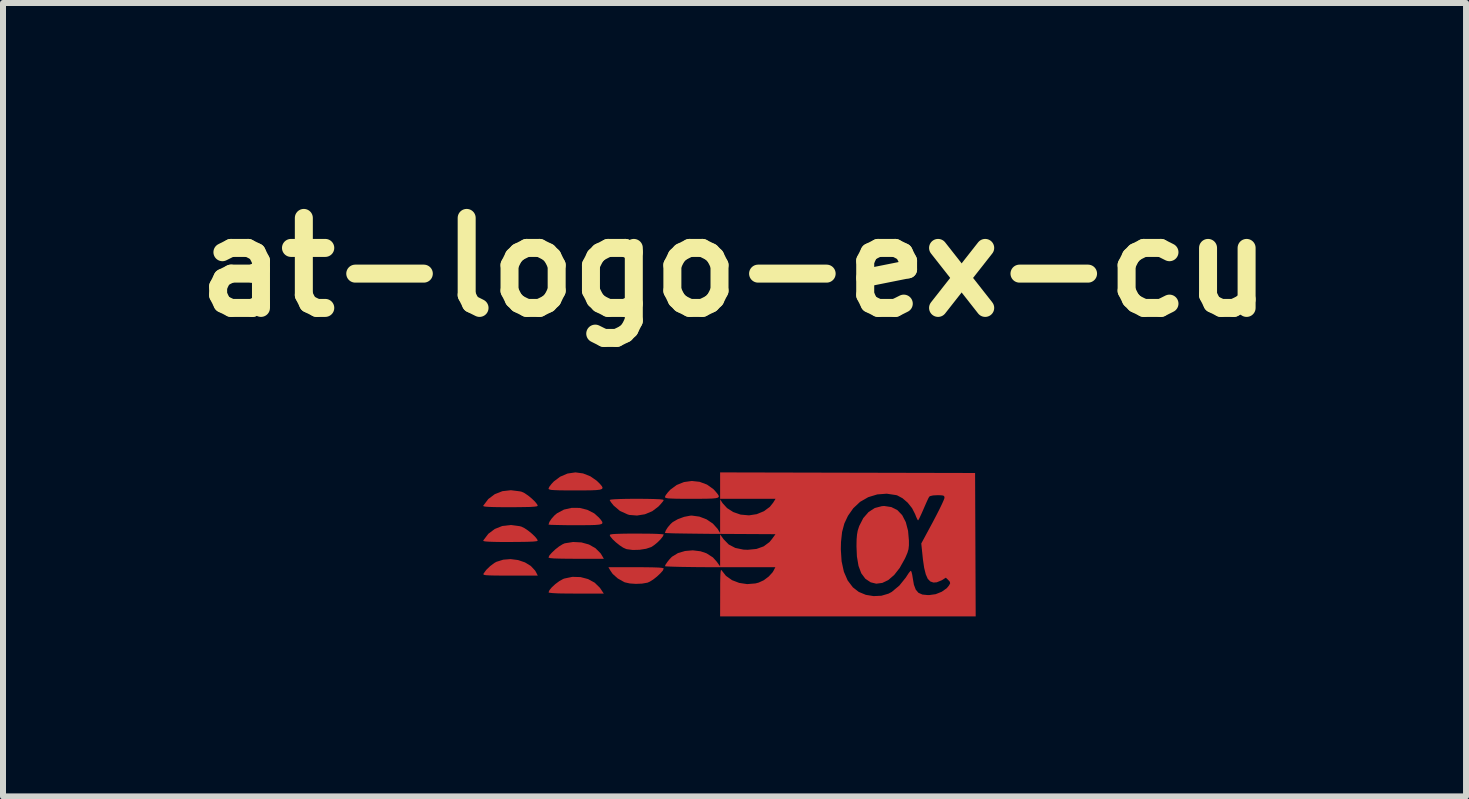
<source format=kicad_pcb>
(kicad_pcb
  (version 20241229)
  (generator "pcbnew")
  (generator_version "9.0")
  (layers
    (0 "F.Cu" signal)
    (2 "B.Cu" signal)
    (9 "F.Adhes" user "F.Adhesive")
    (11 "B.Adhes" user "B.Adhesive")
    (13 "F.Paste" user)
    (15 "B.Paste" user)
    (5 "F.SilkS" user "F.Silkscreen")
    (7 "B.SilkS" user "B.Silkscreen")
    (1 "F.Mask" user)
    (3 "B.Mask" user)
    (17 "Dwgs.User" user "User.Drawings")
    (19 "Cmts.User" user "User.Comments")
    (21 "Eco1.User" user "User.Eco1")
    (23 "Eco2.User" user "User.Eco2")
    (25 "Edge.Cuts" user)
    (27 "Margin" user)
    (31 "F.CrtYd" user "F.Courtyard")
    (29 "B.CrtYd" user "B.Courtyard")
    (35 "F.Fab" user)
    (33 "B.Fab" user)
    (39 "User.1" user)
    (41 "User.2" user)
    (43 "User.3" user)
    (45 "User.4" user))
  (footprint "at-logo-ex-cu"
    (layer "F.Cu")
    (at 9.193 5.404)
    (property "Reference" "at-logo-ex-cu" (at 0 -4 0) (layer "F.SilkS") (effects (font (size 1.5 1.5) (thickness 0.3))))
    (attr board_only exclude_from_pos_files exclude_from_bom)
    (fp_poly (pts (xy -2.567 1.165) (xy -2.441 1.198) (xy -2.331 1.258) (xy -2.245 1.342) (xy -2.233 1.359) (xy -2.179 1.44) (xy -2.64 1.44) (xy -2.806 1.439) (xy -2.936 1.437) (xy -3.029 1.432) (xy -3.084 1.426) (xy -3.1 1.42) (xy -3.084 1.382) (xy -3.043 1.333) (xy -2.985 1.28) (xy -2.92 1.232) (xy -2.857 1.197) (xy -2.836 1.189) (xy -2.702 1.161)) (stroke (width 0) (type solid)) (fill yes) (layer "F.Cu"))
    (fp_poly (pts (xy -2.552 0.587) (xy -2.426 0.622) (xy -2.317 0.684) (xy -2.233 0.768) (xy -2.214 0.798) (xy -2.178 0.86) (xy -2.639 0.86) (xy -2.8 0.859) (xy -2.923 0.857) (xy -3.012 0.854) (xy -3.069 0.849) (xy -3.096 0.842) (xy -3.1 0.837) (xy -3.085 0.803) (xy -3.044 0.757) (xy -2.989 0.705) (xy -2.927 0.656) (xy -2.868 0.619) (xy -2.83 0.602) (xy -2.69 0.58)) (stroke (width 0) (type solid)) (fill yes) (layer "F.Cu"))
    (fp_poly (pts (xy -3.608 0.881) (xy -3.493 0.92) (xy -3.396 0.979) (xy -3.324 1.056) (xy -3.31 1.08) (xy -3.279 1.14) (xy -3.74 1.14) (xy -3.887 1.14) (xy -3.999 1.139) (xy -4.08 1.137) (xy -4.135 1.134) (xy -4.167 1.13) (xy -4.183 1.123) (xy -4.186 1.114) (xy -4.182 1.105) (xy -4.138 1.045) (xy -4.073 0.982) (xy -4.002 0.929) (xy -3.97 0.911) (xy -3.855 0.875) (xy -3.732 0.865)) (stroke (width 0) (type solid)) (fill yes) (layer "F.Cu"))
    (fp_poly (pts (xy -1.48 1.001) (xy -1.357 1.003) (xy -1.268 1.006) (xy -1.211 1.011) (xy -1.184 1.018) (xy -1.18 1.023) (xy -1.195 1.057) (xy -1.236 1.103) (xy -1.291 1.155) (xy -1.353 1.204) (xy -1.412 1.241) (xy -1.45 1.258) (xy -1.542 1.274) (xy -1.646 1.278) (xy -1.746 1.271) (xy -1.827 1.253) (xy -1.839 1.248) (xy -1.946 1.188) (xy -2.031 1.112) (xy -2.066 1.062) (xy -2.102 1) (xy -1.641 1)) (stroke (width 0) (type solid)) (fill yes) (layer "F.Cu"))
    (fp_poly (pts (xy -3.583 0.316) (xy -3.552 0.324) (xy -3.503 0.348) (xy -3.443 0.388) (xy -3.381 0.438) (xy -3.327 0.489) (xy -3.291 0.533) (xy -3.28 0.559) (xy -3.3 0.567) (xy -3.359 0.573) (xy -3.458 0.577) (xy -3.597 0.579) (xy -3.741 0.58) (xy -3.894 0.58) (xy -4.01 0.578) (xy -4.094 0.575) (xy -4.149 0.571) (xy -4.179 0.566) (xy -4.189 0.558) (xy -4.188 0.555) (xy -4.104 0.444) (xy -3.996 0.363) (xy -3.87 0.313) (xy -3.73 0.297)) (stroke (width 0) (type solid)) (fill yes) (layer "F.Cu"))
    (fp_poly (pts (xy -3.577 -0.264) (xy -3.55 -0.258) (xy -3.5 -0.235) (xy -3.44 -0.194) (xy -3.379 -0.144) (xy -3.326 -0.093) (xy -3.29 -0.048) (xy -3.28 -0.023) (xy -3.293 -0.015) (xy -3.334 -0.009) (xy -3.405 -0.004) (xy -3.51 -0.002) (xy -3.651 -0.000181) (xy -3.741 0) (xy -3.894 -0.000432) (xy -4.01 -0.002) (xy -4.094 -0.005) (xy -4.149 -0.009) (xy -4.179 -0.014) (xy -4.189 -0.022) (xy -4.188 -0.025) (xy -4.104 -0.136) (xy -3.996 -0.217) (xy -3.869 -0.267) (xy -3.727 -0.283)) (stroke (width 0) (type solid)) (fill yes) (layer "F.Cu"))
    (fp_poly (pts (xy -2.581 0.012) (xy -2.453 0.044) (xy -2.338 0.103) (xy -2.261 0.172) (xy -2.227 0.211) (xy -2.206 0.242) (xy -2.201 0.264) (xy -2.215 0.28) (xy -2.253 0.29) (xy -2.317 0.296) (xy -2.412 0.299) (xy -2.541 0.3) (xy -2.65 0.3) (xy -2.779 0.3) (xy -2.894 0.298) (xy -2.989 0.296) (xy -3.058 0.294) (xy -3.095 0.291) (xy -3.1 0.289) (xy -3.086 0.246) (xy -3.049 0.191) (xy -2.999 0.135) (xy -2.958 0.101) (xy -2.843 0.04) (xy -2.714 0.011)) (stroke (width 0) (type solid)) (fill yes) (layer "F.Cu"))
    (fp_poly (pts (xy -1.465 -0.139) (xy -1.337 -0.136) (xy -1.246 -0.132) (xy -1.194 -0.126) (xy -1.18 -0.119) (xy -1.193 -0.096) (xy -1.228 -0.054) (xy -1.268 -0.011) (xy -1.371 0.067) (xy -1.494 0.118) (xy -1.625 0.139) (xy -1.753 0.129) (xy -1.78 0.121) (xy -1.91 0.062) (xy -2.017 -0.029) (xy -2.017 -0.03) (xy -2.054 -0.076) (xy -2.077 -0.111) (xy -2.08 -0.121) (xy -2.061 -0.127) (xy -2.004 -0.132) (xy -1.915 -0.136) (xy -1.795 -0.139) (xy -1.648 -0.14) (xy -1.63 -0.14)) (stroke (width 0) (type solid)) (fill yes) (layer "F.Cu"))
    (fp_poly (pts (xy -0.582 -0.423) (xy -0.459 -0.377) (xy -0.352 -0.301) (xy -0.323 -0.27) (xy -0.289 -0.23) (xy -0.267 -0.199) (xy -0.261 -0.176) (xy -0.275 -0.16) (xy -0.312 -0.15) (xy -0.376 -0.144) (xy -0.47 -0.141) (xy -0.599 -0.14) (xy -0.71 -0.14) (xy -0.857 -0.14) (xy -0.969 -0.141) (xy -1.05 -0.144) (xy -1.105 -0.147) (xy -1.138 -0.153) (xy -1.155 -0.16) (xy -1.16 -0.17) (xy -1.16 -0.171) (xy -1.147 -0.2) (xy -1.112 -0.246) (xy -1.072 -0.29) (xy -0.964 -0.37) (xy -0.842 -0.419) (xy -0.712 -0.437)) (stroke (width 0) (type solid)) (fill yes) (layer "F.Cu"))
    (fp_poly (pts (xy -2.525 -0.563) (xy -2.403 -0.515) (xy -2.299 -0.443) (xy -2.285 -0.43) (xy -2.24 -0.385) (xy -2.21 -0.349) (xy -2.199 -0.323) (xy -2.209 -0.304) (xy -2.243 -0.292) (xy -2.305 -0.285) (xy -2.399 -0.281) (xy -2.527 -0.28) (xy -2.65 -0.28) (xy -2.797 -0.28) (xy -2.909 -0.281) (xy -2.99 -0.284) (xy -3.045 -0.287) (xy -3.078 -0.293) (xy -3.095 -0.3) (xy -3.1 -0.31) (xy -3.1 -0.311) (xy -3.087 -0.34) (xy -3.052 -0.386) (xy -3.012 -0.429) (xy -2.907 -0.508) (xy -2.783 -0.561) (xy -2.653 -0.58) (xy -2.65 -0.58)) (stroke (width 0) (type solid)) (fill yes) (layer "F.Cu"))
    (fp_poly (pts (xy -1.501 0.441) (xy -1.386 0.442) (xy -1.291 0.445) (xy -1.222 0.449) (xy -1.185 0.453) (xy -1.18 0.455) (xy -1.195 0.488) (xy -1.232 0.535) (xy -1.284 0.587) (xy -1.34 0.633) (xy -1.387 0.664) (xy -1.474 0.693) (xy -1.582 0.71) (xy -1.695 0.713) (xy -1.796 0.7) (xy -1.808 0.696) (xy -1.857 0.674) (xy -1.917 0.634) (xy -1.978 0.585) (xy -2.032 0.534) (xy -2.069 0.49) (xy -2.08 0.464) (xy -2.069 0.455) (xy -2.033 0.449) (xy -1.968 0.445) (xy -1.873 0.442) (xy -1.743 0.44) (xy -1.63 0.44)) (stroke (width 0) (type solid)) (fill yes) (layer "F.Cu"))
    (fp_poly (pts (xy 2.614 -0.002) (xy 2.715 0.049) (xy 2.795 0.133) (xy 2.855 0.249) (xy 2.893 0.394) (xy 2.907 0.556) (xy 2.907 0.637) (xy 2.9 0.7) (xy 2.883 0.759) (xy 2.852 0.832) (xy 2.836 0.865) (xy 2.753 1.013) (xy 2.662 1.129) (xy 2.565 1.213) (xy 2.464 1.262) (xy 2.363 1.275) (xy 2.269 1.252) (xy 2.181 1.193) (xy 2.113 1.102) (xy 2.067 0.979) (xy 2.04 0.821) (xy 2.033 0.65) (xy 2.035 0.539) (xy 2.042 0.456) (xy 2.054 0.389) (xy 2.075 0.325) (xy 2.079 0.313) (xy 2.146 0.182) (xy 2.234 0.081) (xy 2.337 0.014) (xy 2.455 -0.017) (xy 2.496 -0.02)) (stroke (width 0) (type solid)) (fill yes) (layer "F.Cu"))
    (fp_poly (pts (xy 1.885 -0.575) (xy 4.01 -0.57) (xy 4.015 0.625) (xy 4.02 1.82) (xy 1.89 1.82) (xy -0.24 1.82) (xy -0.239 1.415) (xy -0.239 1.274) (xy -0.237 1.169) (xy -0.234 1.098) (xy -0.229 1.058) (xy -0.223 1.044) (xy -0.217 1.05) (xy -0.143 1.144) (xy -0.042 1.216) (xy 0.078 1.262) (xy 0.211 1.282) (xy 0.347 1.271) (xy 0.402 1.257) (xy 0.487 1.218) (xy 0.57 1.156) (xy 0.634 1.086) (xy 0.651 1.058) (xy 0.681 1) (xy -0.239 1) (xy -0.427 1) (xy -0.602 0.999) (xy -0.76 0.997) (xy -0.897 0.995) (xy -1.01 0.992) (xy -1.094 0.989) (xy -1.145 0.986) (xy -1.16 0.983) (xy -1.148 0.955) (xy -1.118 0.911) (xy -1.08 0.864) (xy -1.043 0.826) (xy -1.04 0.824) (xy -0.943 0.765) (xy -0.824 0.73) (xy -0.695 0.719) (xy -0.566 0.735) (xy -0.466 0.769) (xy -0.36 0.837) (xy -0.301 0.902) (xy -0.24 0.986) (xy -0.24 0.72) (xy -0.24 0.454) (xy -0.182 0.534) (xy -0.096 0.622) (xy 0.013 0.679) (xy 0.148 0.707) (xy 0.22 0.71) (xy 0.325 0.7) (xy 1.772 0.7) (xy 1.785 0.902) (xy 1.823 1.076) (xy 1.886 1.221) (xy 1.973 1.336) (xy 2.071 1.412) (xy 2.189 1.461) (xy 2.318 1.482) (xy 2.448 1.476) (xy 2.567 1.441) (xy 2.621 1.412) (xy 2.748 1.306) (xy 2.855 1.173) (xy 2.873 1.145) (xy 2.905 1.096) (xy 2.931 1.065) (xy 2.94 1.06) (xy 2.95 1.078) (xy 2.962 1.125) (xy 2.97 1.175) (xy 2.99 1.292) (xy 3.021 1.374) (xy 3.066 1.427) (xy 3.132 1.456) (xy 3.222 1.465) (xy 3.244 1.465) (xy 3.353 1.45) (xy 3.455 1.409) (xy 3.538 1.35) (xy 3.573 1.308) (xy 3.594 1.27) (xy 3.589 1.243) (xy 3.565 1.216) (xy 3.523 1.175) (xy 3.452 1.219) (xy 3.371 1.252) (xy 3.316 1.256) (xy 3.264 1.238) (xy 3.221 1.194) (xy 3.188 1.119) (xy 3.161 1.011) (xy 3.14 0.867) (xy 3.137 0.837) (xy 3.113 0.605) (xy 3.307 0.245) (xy 3.365 0.134) (xy 3.417 0.032) (xy 3.458 -0.053) (xy 3.487 -0.118) (xy 3.5 -0.154) (xy 3.5 -0.157) (xy 3.496 -0.181) (xy 3.479 -0.194) (xy 3.438 -0.199) (xy 3.382 -0.2) (xy 3.308 -0.196) (xy 3.259 -0.184) (xy 3.246 -0.175) (xy 3.23 -0.147) (xy 3.204 -0.091) (xy 3.171 -0.016) (xy 3.149 0.035) (xy 3.115 0.112) (xy 3.086 0.174) (xy 3.066 0.212) (xy 3.059 0.22) (xy 3.047 0.203) (xy 3.027 0.159) (xy 3.01 0.115) (xy 2.96 0.017) (xy 2.887 -0.075) (xy 2.801 -0.149) (xy 2.713 -0.196) (xy 2.697 -0.201) (xy 2.538 -0.225) (xy 2.38 -0.213) (xy 2.229 -0.167) (xy 2.093 -0.089) (xy 1.979 0.018) (xy 1.975 0.024) (xy 1.891 0.144) (xy 1.831 0.271) (xy 1.793 0.413) (xy 1.775 0.579) (xy 1.772 0.7) (xy 0.325 0.7) (xy 0.366 0.696) (xy 0.486 0.653) (xy 0.583 0.581) (xy 0.623 0.532) (xy 0.683 0.45) (xy -0.239 0.445) (xy -0.426 0.444) (xy -0.601 0.442) (xy -0.759 0.44) (xy -0.896 0.438) (xy -1.009 0.436) (xy -1.093 0.433) (xy -1.145 0.431) (xy -1.16 0.429) (xy -1.146 0.388) (xy -1.112 0.335) (xy -1.066 0.281) (xy -1.031 0.249) (xy -0.944 0.199) (xy -0.84 0.161) (xy -0.737 0.141) (xy -0.71 0.14) (xy -0.585 0.157) (xy -0.465 0.203) (xy -0.36 0.274) (xy -0.281 0.362) (xy -0.277 0.369) (xy -0.24 0.43) (xy -0.24 0.15) (xy -0.239 -0.13) (xy -0.199 -0.067) (xy -0.124 0.015) (xy -0.021 0.081) (xy 0.1 0.123) (xy 0.107 0.124) (xy 0.241 0.136) (xy 0.371 0.116) (xy 0.49 0.067) (xy 0.589 -0.006) (xy 0.644 -0.075) (xy 0.684 -0.14) (xy 0.222 -0.14) (xy -0.24 -0.14) (xy -0.24 -0.36) (xy -0.24 -0.58)) (stroke (width 0) (type solid)) (fill yes) (layer "F.Cu"))
    (fp_poly (pts (xy -2.588 1.165) (xy -2.462 1.198) (xy -2.351 1.258) (xy -2.265 1.342) (xy -2.253 1.359) (xy -2.2 1.44) (xy -2.66 1.44) (xy -2.826 1.439) (xy -2.956 1.437) (xy -3.049 1.432) (xy -3.104 1.426) (xy -3.12 1.42) (xy -3.104 1.382) (xy -3.063 1.333) (xy -3.005 1.28) (xy -2.94 1.232) (xy -2.877 1.197) (xy -2.856 1.189) (xy -2.722 1.161)) (stroke (width 0) (type solid)) (fill yes) (layer "F.Mask"))
    (fp_poly (pts (xy -2.573 0.587) (xy -2.446 0.622) (xy -2.337 0.684) (xy -2.253 0.768) (xy -2.234 0.798) (xy -2.198 0.86) (xy -2.659 0.86) (xy -2.82 0.859) (xy -2.943 0.857) (xy -3.032 0.854) (xy -3.089 0.849) (xy -3.117 0.842) (xy -3.12 0.837) (xy -3.105 0.803) (xy -3.065 0.757) (xy -3.009 0.705) (xy -2.947 0.656) (xy -2.889 0.619) (xy -2.85 0.602) (xy -2.71 0.58)) (stroke (width 0) (type solid)) (fill yes) (layer "F.Mask"))
    (fp_poly (pts (xy -3.629 0.881) (xy -3.514 0.92) (xy -3.416 0.979) (xy -3.344 1.056) (xy -3.331 1.08) (xy -3.299 1.14) (xy -3.761 1.14) (xy -3.908 1.14) (xy -4.02 1.139) (xy -4.1 1.137) (xy -4.155 1.134) (xy -4.188 1.13) (xy -4.203 1.123) (xy -4.206 1.114) (xy -4.203 1.105) (xy -4.158 1.045) (xy -4.093 0.982) (xy -4.023 0.929) (xy -3.99 0.911) (xy -3.876 0.875) (xy -3.752 0.865)) (stroke (width 0) (type solid)) (fill yes) (layer "F.Mask"))
    (fp_poly (pts (xy -1.501 1.001) (xy -1.377 1.003) (xy -1.288 1.006) (xy -1.231 1.011) (xy -1.204 1.018) (xy -1.2 1.023) (xy -1.216 1.057) (xy -1.256 1.103) (xy -1.312 1.155) (xy -1.373 1.204) (xy -1.432 1.241) (xy -1.47 1.258) (xy -1.562 1.274) (xy -1.666 1.278) (xy -1.767 1.271) (xy -1.847 1.253) (xy -1.859 1.248) (xy -1.966 1.188) (xy -2.051 1.112) (xy -2.086 1.062) (xy -2.123 1) (xy -1.661 1)) (stroke (width 0) (type solid)) (fill yes) (layer "F.Mask"))
    (fp_poly (pts (xy -3.603 0.316) (xy -3.573 0.324) (xy -3.523 0.348) (xy -3.463 0.388) (xy -3.401 0.438) (xy -3.348 0.489) (xy -3.311 0.533) (xy -3.3 0.559) (xy -3.32 0.567) (xy -3.379 0.573) (xy -3.478 0.577) (xy -3.617 0.579) (xy -3.761 0.58) (xy -3.914 0.58) (xy -4.03 0.578) (xy -4.114 0.575) (xy -4.169 0.571) (xy -4.2 0.566) (xy -4.209 0.558) (xy -4.209 0.555) (xy -4.124 0.444) (xy -4.017 0.363) (xy -3.89 0.313) (xy -3.751 0.297)) (stroke (width 0) (type solid)) (fill yes) (layer "F.Mask"))
    (fp_poly (pts (xy -3.597 -0.264) (xy -3.57 -0.258) (xy -3.521 -0.235) (xy -3.461 -0.194) (xy -3.399 -0.144) (xy -3.346 -0.093) (xy -3.31 -0.048) (xy -3.3 -0.023) (xy -3.313 -0.015) (xy -3.354 -0.009) (xy -3.426 -0.004) (xy -3.531 -0.002) (xy -3.671 -0.000181) (xy -3.761 0) (xy -3.914 -0.000432) (xy -4.03 -0.002) (xy -4.114 -0.005) (xy -4.169 -0.009) (xy -4.2 -0.014) (xy -4.209 -0.022) (xy -4.209 -0.025) (xy -4.124 -0.136) (xy -4.016 -0.217) (xy -3.889 -0.267) (xy -3.748 -0.283)) (stroke (width 0) (type solid)) (fill yes) (layer "F.Mask"))
    (fp_poly (pts (xy -2.602 0.012) (xy -2.473 0.044) (xy -2.358 0.103) (xy -2.281 0.172) (xy -2.247 0.211) (xy -2.226 0.242) (xy -2.221 0.264) (xy -2.235 0.28) (xy -2.273 0.29) (xy -2.338 0.296) (xy -2.433 0.299) (xy -2.562 0.3) (xy -2.67 0.3) (xy -2.8 0.3) (xy -2.914 0.298) (xy -3.009 0.296) (xy -3.078 0.294) (xy -3.115 0.291) (xy -3.12 0.289) (xy -3.106 0.246) (xy -3.069 0.191) (xy -3.019 0.135) (xy -2.978 0.101) (xy -2.863 0.04) (xy -2.734 0.011)) (stroke (width 0) (type solid)) (fill yes) (layer "F.Mask"))
    (fp_poly (pts (xy -1.486 -0.139) (xy -1.357 -0.136) (xy -1.267 -0.132) (xy -1.214 -0.126) (xy -1.2 -0.119) (xy -1.214 -0.096) (xy -1.248 -0.054) (xy -1.288 -0.011) (xy -1.392 0.067) (xy -1.515 0.118) (xy -1.646 0.139) (xy -1.773 0.129) (xy -1.8 0.121) (xy -1.931 0.062) (xy -2.037 -0.029) (xy -2.037 -0.03) (xy -2.075 -0.076) (xy -2.097 -0.111) (xy -2.1 -0.121) (xy -2.081 -0.127) (xy -2.025 -0.132) (xy -1.935 -0.136) (xy -1.815 -0.139) (xy -1.668 -0.14) (xy -1.65 -0.14)) (stroke (width 0) (type solid)) (fill yes) (layer "F.Mask"))
    (fp_poly (pts (xy -0.602 -0.423) (xy -0.48 -0.377) (xy -0.373 -0.301) (xy -0.343 -0.27) (xy -0.309 -0.23) (xy -0.287 -0.199) (xy -0.281 -0.176) (xy -0.295 -0.16) (xy -0.332 -0.15) (xy -0.396 -0.144) (xy -0.491 -0.141) (xy -0.619 -0.14) (xy -0.73 -0.14) (xy -0.877 -0.14) (xy -0.989 -0.141) (xy -1.07 -0.144) (xy -1.125 -0.147) (xy -1.159 -0.153) (xy -1.176 -0.16) (xy -1.18 -0.17) (xy -1.18 -0.171) (xy -1.167 -0.2) (xy -1.132 -0.246) (xy -1.092 -0.29) (xy -0.985 -0.37) (xy -0.862 -0.419) (xy -0.732 -0.437)) (stroke (width 0) (type solid)) (fill yes) (layer "F.Mask"))
    (fp_poly (pts (xy -2.545 -0.563) (xy -2.423 -0.515) (xy -2.319 -0.443) (xy -2.305 -0.43) (xy -2.261 -0.385) (xy -2.231 -0.349) (xy -2.219 -0.323) (xy -2.229 -0.304) (xy -2.263 -0.292) (xy -2.326 -0.285) (xy -2.419 -0.281) (xy -2.547 -0.28) (xy -2.67 -0.28) (xy -2.817 -0.28) (xy -2.929 -0.281) (xy -3.01 -0.284) (xy -3.065 -0.287) (xy -3.099 -0.293) (xy -3.116 -0.3) (xy -3.12 -0.31) (xy -3.12 -0.311) (xy -3.107 -0.34) (xy -3.072 -0.386) (xy -3.032 -0.429) (xy -2.927 -0.508) (xy -2.803 -0.561) (xy -2.674 -0.58) (xy -2.67 -0.58)) (stroke (width 0) (type solid)) (fill yes) (layer "F.Mask"))
    (fp_poly (pts (xy -1.521 0.441) (xy -1.406 0.442) (xy -1.312 0.445) (xy -1.243 0.449) (xy -1.205 0.453) (xy -1.2 0.455) (xy -1.215 0.488) (xy -1.253 0.535) (xy -1.304 0.587) (xy -1.36 0.633) (xy -1.407 0.664) (xy -1.494 0.693) (xy -1.602 0.71) (xy -1.715 0.713) (xy -1.816 0.7) (xy -1.828 0.696) (xy -1.877 0.674) (xy -1.937 0.634) (xy -1.998 0.585) (xy -2.052 0.534) (xy -2.089 0.49) (xy -2.1 0.464) (xy -2.089 0.455) (xy -2.053 0.449) (xy -1.989 0.445) (xy -1.893 0.442) (xy -1.763 0.44) (xy -1.65 0.44)) (stroke (width 0) (type solid)) (fill yes) (layer "F.Mask"))
    (fp_poly (pts (xy 2.594 -0.002) (xy 2.694 0.049) (xy 2.775 0.133) (xy 2.835 0.249) (xy 2.872 0.394) (xy 2.886 0.556) (xy 2.886 0.637) (xy 2.88 0.7) (xy 2.862 0.759) (xy 2.831 0.832) (xy 2.816 0.865) (xy 2.733 1.013) (xy 2.642 1.129) (xy 2.544 1.213) (xy 2.444 1.262) (xy 2.342 1.275) (xy 2.249 1.252) (xy 2.161 1.193) (xy 2.093 1.102) (xy 2.046 0.979) (xy 2.019 0.821) (xy 2.012 0.65) (xy 2.015 0.539) (xy 2.021 0.456) (xy 2.034 0.389) (xy 2.054 0.325) (xy 2.059 0.313) (xy 2.126 0.182) (xy 2.213 0.081) (xy 2.317 0.014) (xy 2.435 -0.017) (xy 2.475 -0.02)) (stroke (width 0) (type solid)) (fill yes) (layer "F.Mask"))
    (fp_poly (pts (xy 1.865 -0.575) (xy 3.99 -0.57) (xy 3.995 0.625) (xy 4 1.82) (xy 1.87 1.82) (xy -0.26 1.82) (xy -0.26 1.415) (xy -0.259 1.274) (xy -0.257 1.169) (xy -0.254 1.098) (xy -0.249 1.058) (xy -0.243 1.044) (xy -0.237 1.05) (xy -0.163 1.144) (xy -0.062 1.216) (xy 0.058 1.262) (xy 0.19 1.282) (xy 0.327 1.271) (xy 0.381 1.257) (xy 0.467 1.218) (xy 0.55 1.156) (xy 0.614 1.086) (xy 0.631 1.058) (xy 0.661 1) (xy -0.26 1) (xy -0.447 1) (xy -0.622 0.999) (xy -0.78 0.997) (xy -0.917 0.995) (xy -1.03 0.992) (xy -1.114 0.989) (xy -1.165 0.986) (xy -1.18 0.983) (xy -1.168 0.955) (xy -1.138 0.911) (xy -1.1 0.864) (xy -1.063 0.826) (xy -1.061 0.824) (xy -0.964 0.765) (xy -0.845 0.73) (xy -0.715 0.719) (xy -0.586 0.735) (xy -0.487 0.769) (xy -0.381 0.837) (xy -0.322 0.902) (xy -0.26 0.986) (xy -0.26 0.72) (xy -0.26 0.454) (xy -0.202 0.534) (xy -0.116 0.622) (xy -0.007 0.679) (xy 0.128 0.707) (xy 0.2 0.71) (xy 0.304 0.7) (xy 1.752 0.7) (xy 1.765 0.902) (xy 1.803 1.076) (xy 1.866 1.221) (xy 1.953 1.336) (xy 2.051 1.412) (xy 2.169 1.461) (xy 2.298 1.482) (xy 2.428 1.476) (xy 2.546 1.441) (xy 2.601 1.412) (xy 2.728 1.306) (xy 2.835 1.173) (xy 2.853 1.145) (xy 2.885 1.096) (xy 2.911 1.065) (xy 2.919 1.06) (xy 2.93 1.078) (xy 2.942 1.125) (xy 2.949 1.175) (xy 2.97 1.292) (xy 3 1.374) (xy 3.046 1.427) (xy 3.112 1.456) (xy 3.202 1.465) (xy 3.224 1.465) (xy 3.333 1.45) (xy 3.435 1.409) (xy 3.518 1.35) (xy 3.553 1.308) (xy 3.574 1.27) (xy 3.569 1.243) (xy 3.545 1.216) (xy 3.503 1.175) (xy 3.432 1.219) (xy 3.351 1.252) (xy 3.295 1.256) (xy 3.243 1.238) (xy 3.201 1.194) (xy 3.167 1.119) (xy 3.141 1.011) (xy 3.12 0.867) (xy 3.117 0.837) (xy 3.093 0.605) (xy 3.286 0.245) (xy 3.345 0.134) (xy 3.397 0.032) (xy 3.438 -0.053) (xy 3.467 -0.118) (xy 3.479 -0.154) (xy 3.48 -0.157) (xy 3.476 -0.181) (xy 3.458 -0.194) (xy 3.418 -0.199) (xy 3.362 -0.2) (xy 3.288 -0.196) (xy 3.239 -0.184) (xy 3.226 -0.175) (xy 3.21 -0.147) (xy 3.184 -0.091) (xy 3.15 -0.016) (xy 3.128 0.035) (xy 3.094 0.112) (xy 3.065 0.174) (xy 3.045 0.212) (xy 3.039 0.22) (xy 3.026 0.203) (xy 3.007 0.159) (xy 2.99 0.115) (xy 2.94 0.017) (xy 2.867 -0.075) (xy 2.781 -0.149) (xy 2.693 -0.196) (xy 2.677 -0.201) (xy 2.518 -0.225) (xy 2.36 -0.213) (xy 2.209 -0.167) (xy 2.073 -0.089) (xy 1.959 0.018) (xy 1.954 0.024) (xy 1.871 0.144) (xy 1.811 0.271) (xy 1.773 0.413) (xy 1.754 0.579) (xy 1.752 0.7) (xy 0.304 0.7) (xy 0.346 0.696) (xy 0.466 0.653) (xy 0.563 0.581) (xy 0.603 0.532) (xy 0.663 0.45) (xy -0.259 0.445) (xy -0.447 0.444) (xy -0.621 0.442) (xy -0.779 0.44) (xy -0.917 0.438) (xy -1.029 0.436) (xy -1.114 0.433) (xy -1.165 0.431) (xy -1.18 0.429) (xy -1.167 0.388) (xy -1.132 0.335) (xy -1.087 0.281) (xy -1.051 0.249) (xy -0.965 0.199) (xy -0.86 0.161) (xy -0.757 0.141) (xy -0.731 0.14) (xy -0.606 0.157) (xy -0.485 0.203) (xy -0.38 0.274) (xy -0.302 0.362) (xy -0.298 0.369) (xy -0.26 0.43) (xy -0.26 0.15) (xy -0.26 -0.13) (xy -0.22 -0.067) (xy -0.145 0.015) (xy -0.042 0.081) (xy 0.08 0.123) (xy 0.086 0.124) (xy 0.22 0.136) (xy 0.351 0.116) (xy 0.47 0.067) (xy 0.568 -0.006) (xy 0.623 -0.075) (xy 0.664 -0.14) (xy 0.202 -0.14) (xy -0.26 -0.14) (xy -0.26 -0.36) (xy -0.26 -0.58)) (stroke (width 0) (type solid)) (fill yes) (layer "F.Mask")))
  (gr_rect
    (start -3 -3)
    (end 21.386 10.224)
    (stroke (width 0.1) (type default))
    (fill no)
    (layer "Edge.Cuts")))
</source>
